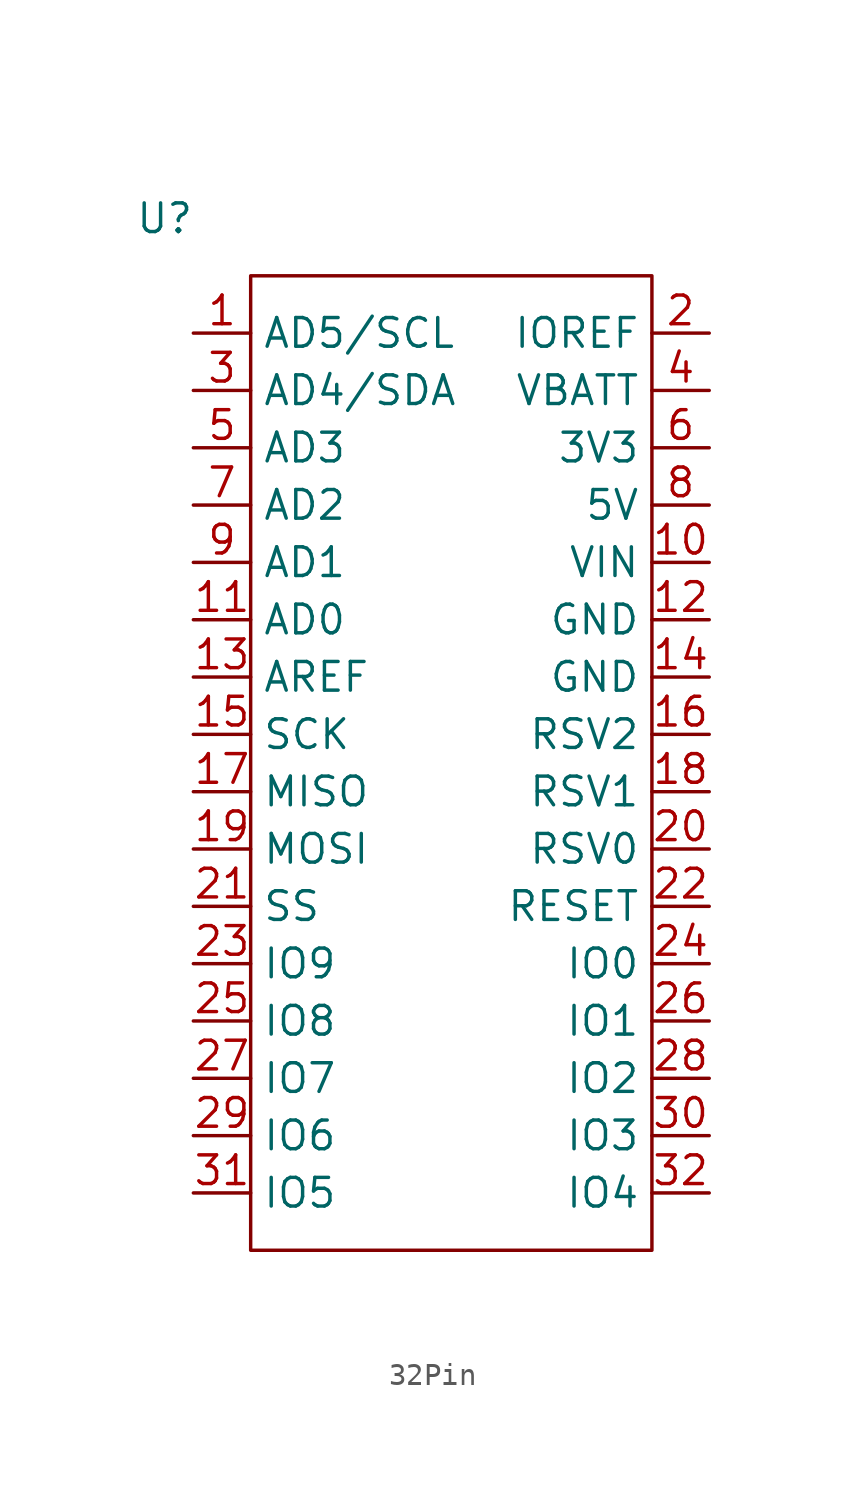
<source format=kicad_sym>
(kicad_symbol_lib
  (version 20220914)
  (generator kicad_symbol_editor)
  (symbol "32Pin"
    (property "Reference" "U"
      (at -5.08 8.89 0)
      (effects (font (size 1.27 1.27))))
    (property "Value" ""
      (at 0 0 0)
      (effects (font (size 1.27 1.27))))
    (symbol "32Pin_0_1"
      (rectangle (start -1.27 6.35) (end 16.51 -36.83) (stroke (width 0) (type default)) (fill (type none))))
    (symbol "32Pin_1_0"
      (pin bidirectional line (at 19.05 -6.35 180) (length 2.54) (name "VIN" (effects (font (size 1.27 1.27)))) (number "10" (effects (font (size 1.27 1.27)))))
      (pin bidirectional line (at -3.81 -8.89 0) (length 2.54) (name "AD0" (effects (font (size 1.27 1.27)))) (number "11" (effects (font (size 1.27 1.27)))))
      (pin bidirectional line (at 19.05 -8.89 180) (length 2.54) (name "GND" (effects (font (size 1.27 1.27)))) (number "12" (effects (font (size 1.27 1.27)))))
      (pin bidirectional line (at -3.81 -11.43 0) (length 2.54) (name "AREF" (effects (font (size 1.27 1.27)))) (number "13" (effects (font (size 1.27 1.27)))))
      (pin bidirectional line (at 19.05 -11.43 180) (length 2.54) (name "GND" (effects (font (size 1.27 1.27)))) (number "14" (effects (font (size 1.27 1.27)))))
      (pin bidirectional line (at -3.81 -13.97 0) (length 2.54) (name "SCK" (effects (font (size 1.27 1.27)))) (number "15" (effects (font (size 1.27 1.27)))))
      (pin bidirectional line (at 19.05 -13.97 180) (length 2.54) (name "RSV2" (effects (font (size 1.27 1.27)))) (number "16" (effects (font (size 1.27 1.27)))))
      (pin bidirectional line (at -3.81 -16.51 0) (length 2.54) (name "MISO" (effects (font (size 1.27 1.27)))) (number "17" (effects (font (size 1.27 1.27)))))
      (pin bidirectional line (at 19.05 -16.51 180) (length 2.54) (name "RSV1" (effects (font (size 1.27 1.27)))) (number "18" (effects (font (size 1.27 1.27)))))
      (pin bidirectional line (at -3.81 -19.05 0) (length 2.54) (name "MOSI" (effects (font (size 1.27 1.27)))) (number "19" (effects (font (size 1.27 1.27)))))
      (pin bidirectional line (at 19.05 3.81 180) (length 2.54) (name "IOREF" (effects (font (size 1.27 1.27)))) (number "2" (effects (font (size 1.27 1.27)))))
      (pin bidirectional line (at 19.05 -19.05 180) (length 2.54) (name "RSV0" (effects (font (size 1.27 1.27)))) (number "20" (effects (font (size 1.27 1.27)))))
      (pin bidirectional line (at -3.81 -21.59 0) (length 2.54) (name "SS" (effects (font (size 1.27 1.27)))) (number "21" (effects (font (size 1.27 1.27)))))
      (pin bidirectional line (at 19.05 -21.59 180) (length 2.54) (name "RESET" (effects (font (size 1.27 1.27)))) (number "22" (effects (font (size 1.27 1.27)))))
      (pin bidirectional line (at -3.81 -24.13 0) (length 2.54) (name "IO9" (effects (font (size 1.27 1.27)))) (number "23" (effects (font (size 1.27 1.27)))))
      (pin bidirectional line (at 19.05 -24.13 180) (length 2.54) (name "IO0" (effects (font (size 1.27 1.27)))) (number "24" (effects (font (size 1.27 1.27)))))
      (pin bidirectional line (at -3.81 -26.67 0) (length 2.54) (name "IO8" (effects (font (size 1.27 1.27)))) (number "25" (effects (font (size 1.27 1.27)))))
      (pin bidirectional line (at 19.05 -26.67 180) (length 2.54) (name "IO1" (effects (font (size 1.27 1.27)))) (number "26" (effects (font (size 1.27 1.27)))))
      (pin bidirectional line (at -3.81 -29.21 0) (length 2.54) (name "IO7" (effects (font (size 1.27 1.27)))) (number "27" (effects (font (size 1.27 1.27)))))
      (pin bidirectional line (at 19.05 -29.21 180) (length 2.54) (name "IO2" (effects (font (size 1.27 1.27)))) (number "28" (effects (font (size 1.27 1.27)))))
      (pin bidirectional line (at -3.81 -31.75 0) (length 2.54) (name "IO6" (effects (font (size 1.27 1.27)))) (number "29" (effects (font (size 1.27 1.27)))))
      (pin bidirectional line (at -3.81 1.27 0) (length 2.54) (name "AD4/SDA" (effects (font (size 1.27 1.27)))) (number "3" (effects (font (size 1.27 1.27)))))
      (pin bidirectional line (at 19.05 -31.75 180) (length 2.54) (name "IO3" (effects (font (size 1.27 1.27)))) (number "30" (effects (font (size 1.27 1.27)))))
      (pin bidirectional line (at -3.81 -34.29 0) (length 2.54) (name "IO5" (effects (font (size 1.27 1.27)))) (number "31" (effects (font (size 1.27 1.27)))))
      (pin bidirectional line (at 19.05 -34.29 180) (length 2.54) (name "IO4" (effects (font (size 1.27 1.27)))) (number "32" (effects (font (size 1.27 1.27)))))
      (pin bidirectional line (at 19.05 1.27 180) (length 2.54) (name "VBATT" (effects (font (size 1.27 1.27)))) (number "4" (effects (font (size 1.27 1.27)))))
      (pin bidirectional line (at -3.81 -1.27 0) (length 2.54) (name "AD3" (effects (font (size 1.27 1.27)))) (number "5" (effects (font (size 1.27 1.27)))))
      (pin bidirectional line (at 19.05 -1.27 180) (length 2.54) (name "3V3" (effects (font (size 1.27 1.27)))) (number "6" (effects (font (size 1.27 1.27)))))
      (pin bidirectional line (at -3.81 -3.81 0) (length 2.54) (name "AD2" (effects (font (size 1.27 1.27)))) (number "7" (effects (font (size 1.27 1.27)))))
      (pin bidirectional line (at 19.05 -3.81 180) (length 2.54) (name "5V" (effects (font (size 1.27 1.27)))) (number "8" (effects (font (size 1.27 1.27)))))
      (pin bidirectional line (at -3.81 -6.35 0) (length 2.54) (name "AD1" (effects (font (size 1.27 1.27)))) (number "9" (effects (font (size 1.27 1.27))))))
    (symbol "32Pin_1_1"
      (pin bidirectional line (at -3.81 3.81 0) (length 2.54) (name "AD5/SCL" (effects (font (size 1.27 1.27)))) (number "1" (effects (font (size 1.27 1.27))))))))
</source>
